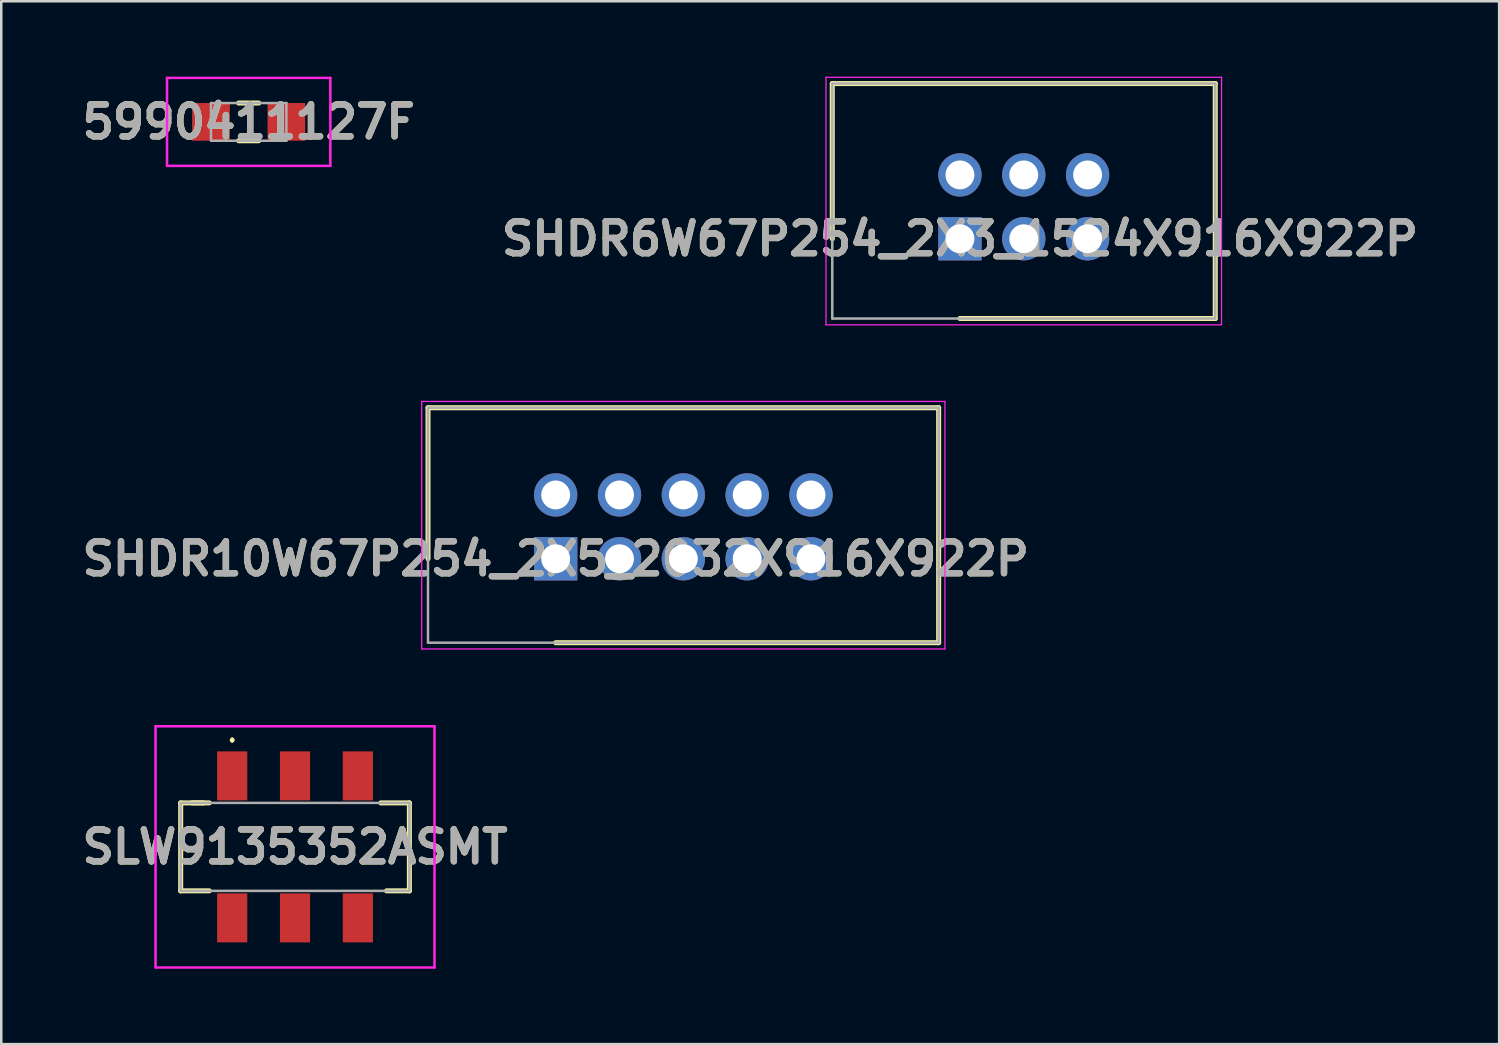
<source format=kicad_pcb>
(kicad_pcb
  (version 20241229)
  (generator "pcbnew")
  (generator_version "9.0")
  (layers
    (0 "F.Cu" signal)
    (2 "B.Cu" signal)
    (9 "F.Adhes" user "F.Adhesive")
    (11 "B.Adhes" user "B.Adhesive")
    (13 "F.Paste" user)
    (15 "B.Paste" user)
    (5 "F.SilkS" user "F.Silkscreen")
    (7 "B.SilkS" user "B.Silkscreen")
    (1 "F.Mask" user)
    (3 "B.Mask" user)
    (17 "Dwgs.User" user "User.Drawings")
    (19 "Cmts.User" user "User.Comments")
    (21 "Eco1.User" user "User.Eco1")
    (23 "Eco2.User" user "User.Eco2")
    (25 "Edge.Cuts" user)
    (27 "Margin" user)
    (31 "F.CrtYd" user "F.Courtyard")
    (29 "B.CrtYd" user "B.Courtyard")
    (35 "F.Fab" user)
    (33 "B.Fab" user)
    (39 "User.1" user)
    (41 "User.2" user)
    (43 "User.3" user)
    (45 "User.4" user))
  (footprint "5990411127F"
    (layer "F.Cu")
    (at 6.846 1.8)
    (property "Reference" "5990411127F" (at 0 0 0) (layer "F.SilkS") (effects (font (size 1.27 1.27) (thickness 0.254))))
    (attr smd)
    (fp_line (start -2.8 0) (end -2.8 0) (stroke (width 0.1) (type solid)) (layer "F.SilkS"))
    (fp_line (start -2.7 0) (end -2.7 0) (stroke (width 0.1) (type solid)) (layer "F.SilkS"))
    (fp_line (start -0.4 -0.75) (end 0.4 -0.75) (stroke (width 0.2) (type solid)) (layer "F.SilkS"))
    (fp_line (start -0.4 0.75) (end 0.4 0.75) (stroke (width 0.2) (type solid)) (layer "F.SilkS"))
    (fp_arc (start -2.8 0) (mid -2.75 -0.05) (end -2.7 0) (stroke (width 0.1) (type solid)) (layer "F.SilkS"))
    (fp_arc (start -2.7 0) (mid -2.75 0.05) (end -2.8 0) (stroke (width 0.1) (type solid)) (layer "F.SilkS"))
    (fp_line (start -3.25 -1.75) (end 3.25 -1.75) (stroke (width 0.1) (type solid)) (layer "F.CrtYd"))
    (fp_line (start -3.25 1.75) (end -3.25 -1.75) (stroke (width 0.1) (type solid)) (layer "F.CrtYd"))
    (fp_line (start 3.25 -1.75) (end 3.25 1.75) (stroke (width 0.1) (type solid)) (layer "F.CrtYd"))
    (fp_line (start 3.25 1.75) (end -3.25 1.75) (stroke (width 0.1) (type solid)) (layer "F.CrtYd"))
    (fp_line (start -1.5 -0.75) (end 1.5 -0.75) (stroke (width 0.1) (type solid)) (layer "F.Fab"))
    (fp_line (start -1.5 0.75) (end -1.5 -0.75) (stroke (width 0.1) (type solid)) (layer "F.Fab"))
    (fp_line (start 1.5 -0.75) (end 1.5 0.75) (stroke (width 0.1) (type solid)) (layer "F.Fab"))
    (fp_line (start 1.5 0.75) (end -1.5 0.75) (stroke (width 0.1) (type solid)) (layer "F.Fab"))
    (fp_text user "${REFERENCE}" (at 0 0 0) (layer "F.Fab") (effects (font (size 1.27 1.27) (thickness 0.254))))
    (pad "1" smd rect (at -1.5 0 90) (size 1.5 1.5) (layers "F.Cu" "F.Mask" "F.Paste"))
    (pad "2" smd rect (at 1.5 0 90) (size 1.5 1.5) (layers "F.Cu" "F.Mask" "F.Paste")))
  (footprint "SLW9135352ASMT"
    (layer "F.Cu")
    (at 8.69 30.65)
    (property "Reference" "SLW9135352ASMT" (at 0 0 0) (layer "F.SilkS") (effects (font (size 1.27 1.27) (thickness 0.254))))
    (attr smd)
    (fp_line (start -4.55 -1.75) (end -4.55 1.75) (stroke (width 0.2) (type solid)) (layer "F.SilkS"))
    (fp_line (start -4.55 1.75) (end -3.413 1.75) (stroke (width 0.2) (type solid)) (layer "F.SilkS"))
    (fp_line (start -4.095 -1.75) (end -3.413 -1.75) (stroke (width 0.2) (type solid)) (layer "F.SilkS"))
    (fp_line (start -3.64 -1.75) (end -4.55 -1.75) (stroke (width 0.2) (type solid)) (layer "F.SilkS"))
    (fp_line (start -2.5 -4.3) (end -2.5 -4.3) (stroke (width 0.1) (type solid)) (layer "F.SilkS"))
    (fp_line (start -2.5 -4.2) (end -2.5 -4.2) (stroke (width 0.1) (type solid)) (layer "F.SilkS"))
    (fp_line (start 3.64 1.75) (end 4.55 1.75) (stroke (width 0.2) (type solid)) (layer "F.SilkS"))
    (fp_line (start 4.55 -1.75) (end 3.412 -1.75) (stroke (width 0.2) (type solid)) (layer "F.SilkS"))
    (fp_line (start 4.55 1.75) (end 4.55 -1.75) (stroke (width 0.2) (type solid)) (layer "F.SilkS"))
    (fp_arc (start -2.5 -4.3) (mid -2.45 -4.25) (end -2.5 -4.2) (stroke (width 0.1) (type solid)) (layer "F.SilkS"))
    (fp_arc (start -2.5 -4.2) (mid -2.55 -4.25) (end -2.5 -4.3) (stroke (width 0.1) (type solid)) (layer "F.SilkS"))
    (fp_line (start -5.55 -4.8) (end 5.55 -4.8) (stroke (width 0.1) (type solid)) (layer "F.CrtYd"))
    (fp_line (start -5.55 4.8) (end -5.55 -4.8) (stroke (width 0.1) (type solid)) (layer "F.CrtYd"))
    (fp_line (start 5.55 -4.8) (end 5.55 4.8) (stroke (width 0.1) (type solid)) (layer "F.CrtYd"))
    (fp_line (start 5.55 4.8) (end -5.55 4.8) (stroke (width 0.1) (type solid)) (layer "F.CrtYd"))
    (fp_line (start -4.55 -1.75) (end 4.55 -1.75) (stroke (width 0.1) (type solid)) (layer "F.Fab"))
    (fp_line (start -4.55 1.75) (end -4.55 -1.75) (stroke (width 0.1) (type solid)) (layer "F.Fab"))
    (fp_line (start 4.55 -1.75) (end 4.55 1.75) (stroke (width 0.1) (type solid)) (layer "F.Fab"))
    (fp_line (start 4.55 1.75) (end -4.55 1.75) (stroke (width 0.1) (type solid)) (layer "F.Fab"))
    (fp_text user "${REFERENCE}" (at 0 0 0) (layer "F.Fab") (effects (font (size 1.27 1.27) (thickness 0.254))))
    (pad "1" smd rect (at -2.5 -2.825) (size 1.2 1.95) (layers "F.Cu" "F.Mask" "F.Paste"))
    (pad "2" smd rect (at 0 -2.825) (size 1.2 1.95) (layers "F.Cu" "F.Mask" "F.Paste"))
    (pad "3" smd rect (at 2.5 -2.825) (size 1.2 1.95) (layers "F.Cu" "F.Mask" "F.Paste"))
    (pad "4" smd rect (at -2.5 2.825) (size 1.2 1.95) (layers "F.Cu" "F.Mask" "F.Paste"))
    (pad "5" smd rect (at 0 2.825) (size 1.2 1.95) (layers "F.Cu" "F.Mask" "F.Paste"))
    (pad "6" smd rect (at 2.5 2.825) (size 1.2 1.95) (layers "F.Cu" "F.Mask" "F.Paste")))
  (footprint "SHDR6W67P254_2X3_1524X916X922P"
    (layer "F.Cu")
    (at 35.149 6.45)
    (property "Reference" "SHDR6W67P254_2X3_1524X916X922P" (at 0 0 0) (layer "F.SilkS") (effects (font (size 1.27 1.27) (thickness 0.254))))
    (attr through_hole)
    (fp_line (start -5.08 -6.175) (end -5.08 0) (stroke (width 0.2) (type solid)) (layer "F.SilkS"))
    (fp_line (start 0 3.175) (end 10.16 3.175) (stroke (width 0.2) (type solid)) (layer "F.SilkS"))
    (fp_line (start 10.16 -6.175) (end -5.08 -6.175) (stroke (width 0.2) (type solid)) (layer "F.SilkS"))
    (fp_line (start 10.16 3.175) (end 10.16 -6.175) (stroke (width 0.2) (type solid)) (layer "F.SilkS"))
    (fp_line (start -5.33 -6.425) (end 10.41 -6.425) (stroke (width 0.05) (type solid)) (layer "F.CrtYd"))
    (fp_line (start -5.33 3.425) (end -5.33 -6.425) (stroke (width 0.05) (type solid)) (layer "F.CrtYd"))
    (fp_line (start 10.41 -6.425) (end 10.41 3.425) (stroke (width 0.05) (type solid)) (layer "F.CrtYd"))
    (fp_line (start 10.41 3.425) (end -5.33 3.425) (stroke (width 0.05) (type solid)) (layer "F.CrtYd"))
    (fp_line (start -5.08 -6.175) (end 10.16 -6.175) (stroke (width 0.1) (type solid)) (layer "F.Fab"))
    (fp_line (start -5.08 3.175) (end -5.08 -6.175) (stroke (width 0.1) (type solid)) (layer "F.Fab"))
    (fp_line (start 10.16 -6.175) (end 10.16 3.175) (stroke (width 0.1) (type solid)) (layer "F.Fab"))
    (fp_line (start 10.16 3.175) (end -5.08 3.175) (stroke (width 0.1) (type solid)) (layer "F.Fab"))
    (fp_text user "${REFERENCE}" (at 0 0 0) (layer "F.Fab") (effects (font (size 1.27 1.27) (thickness 0.254))))
    (pad "1" thru_hole rect (at 0 0) (size 1.725 1.725) (drill 1.15) (layers "*.Cu" "*.Mask"))
    (pad "2" thru_hole circle (at 0 -2.54) (size 1.725 1.725) (drill 1.15) (layers "*.Cu" "*.Mask"))
    (pad "3" thru_hole circle (at 2.54 0) (size 1.725 1.725) (drill 1.15) (layers "*.Cu" "*.Mask"))
    (pad "4" thru_hole circle (at 2.54 -2.54) (size 1.725 1.725) (drill 1.15) (layers "*.Cu" "*.Mask"))
    (pad "5" thru_hole circle (at 5.08 0) (size 1.725 1.725) (drill 1.15) (layers "*.Cu" "*.Mask"))
    (pad "6" thru_hole circle (at 5.08 -2.54) (size 1.725 1.725) (drill 1.15) (layers "*.Cu" "*.Mask")))
  (footprint "SHDR10W67P254_2X5_2032X916X922P"
    (layer "F.Cu")
    (at 19.062 19.185)
    (property "Reference" "SHDR10W67P254_2X5_2032X916X922P" (at 0 0 0) (layer "F.SilkS") (effects (font (size 1.27 1.27) (thickness 0.254))))
    (attr through_hole)
    (fp_line (start -5.08 -6.01) (end -5.08 0) (stroke (width 0.2) (type solid)) (layer "F.SilkS"))
    (fp_line (start 0 3.34) (end 15.24 3.34) (stroke (width 0.2) (type solid)) (layer "F.SilkS"))
    (fp_line (start 15.24 -6.01) (end -5.08 -6.01) (stroke (width 0.2) (type solid)) (layer "F.SilkS"))
    (fp_line (start 15.24 3.34) (end 15.24 -6.01) (stroke (width 0.2) (type solid)) (layer "F.SilkS"))
    (fp_line (start -5.33 -6.26) (end 15.49 -6.26) (stroke (width 0.05) (type solid)) (layer "F.CrtYd"))
    (fp_line (start -5.33 3.59) (end -5.33 -6.26) (stroke (width 0.05) (type solid)) (layer "F.CrtYd"))
    (fp_line (start 15.49 -6.26) (end 15.49 3.59) (stroke (width 0.05) (type solid)) (layer "F.CrtYd"))
    (fp_line (start 15.49 3.59) (end -5.33 3.59) (stroke (width 0.05) (type solid)) (layer "F.CrtYd"))
    (fp_line (start -5.08 -6.01) (end 15.24 -6.01) (stroke (width 0.1) (type solid)) (layer "F.Fab"))
    (fp_line (start -5.08 3.34) (end -5.08 -6.01) (stroke (width 0.1) (type solid)) (layer "F.Fab"))
    (fp_line (start 15.24 -6.01) (end 15.24 3.34) (stroke (width 0.1) (type solid)) (layer "F.Fab"))
    (fp_line (start 15.24 3.34) (end -5.08 3.34) (stroke (width 0.1) (type solid)) (layer "F.Fab"))
    (fp_text user "${REFERENCE}" (at 0 0 0) (layer "F.Fab") (effects (font (size 1.27 1.27) (thickness 0.254))))
    (pad "1" thru_hole rect (at 0 0) (size 1.725 1.725) (drill 1.15) (layers "*.Cu" "*.Mask"))
    (pad "2" thru_hole circle (at 0 -2.54) (size 1.725 1.725) (drill 1.15) (layers "*.Cu" "*.Mask"))
    (pad "3" thru_hole circle (at 2.54 0) (size 1.725 1.725) (drill 1.15) (layers "*.Cu" "*.Mask"))
    (pad "4" thru_hole circle (at 2.54 -2.54) (size 1.725 1.725) (drill 1.15) (layers "*.Cu" "*.Mask"))
    (pad "5" thru_hole circle (at 5.08 0) (size 1.725 1.725) (drill 1.15) (layers "*.Cu" "*.Mask"))
    (pad "6" thru_hole circle (at 5.08 -2.54) (size 1.725 1.725) (drill 1.15) (layers "*.Cu" "*.Mask"))
    (pad "7" thru_hole circle (at 7.62 0) (size 1.725 1.725) (drill 1.15) (layers "*.Cu" "*.Mask"))
    (pad "8" thru_hole circle (at 7.62 -2.54) (size 1.725 1.725) (drill 1.15) (layers "*.Cu" "*.Mask"))
    (pad "9" thru_hole circle (at 10.16 0) (size 1.725 1.725) (drill 1.15) (layers "*.Cu" "*.Mask"))
    (pad "10" thru_hole circle (at 10.16 -2.54) (size 1.725 1.725) (drill 1.15) (layers "*.Cu" "*.Mask")))
  (gr_rect
    (start -3 -3)
    (end 56.606 38.5)
    (stroke (width 0.1) (type default))
    (fill no)
    (layer "Edge.Cuts")))
</source>
